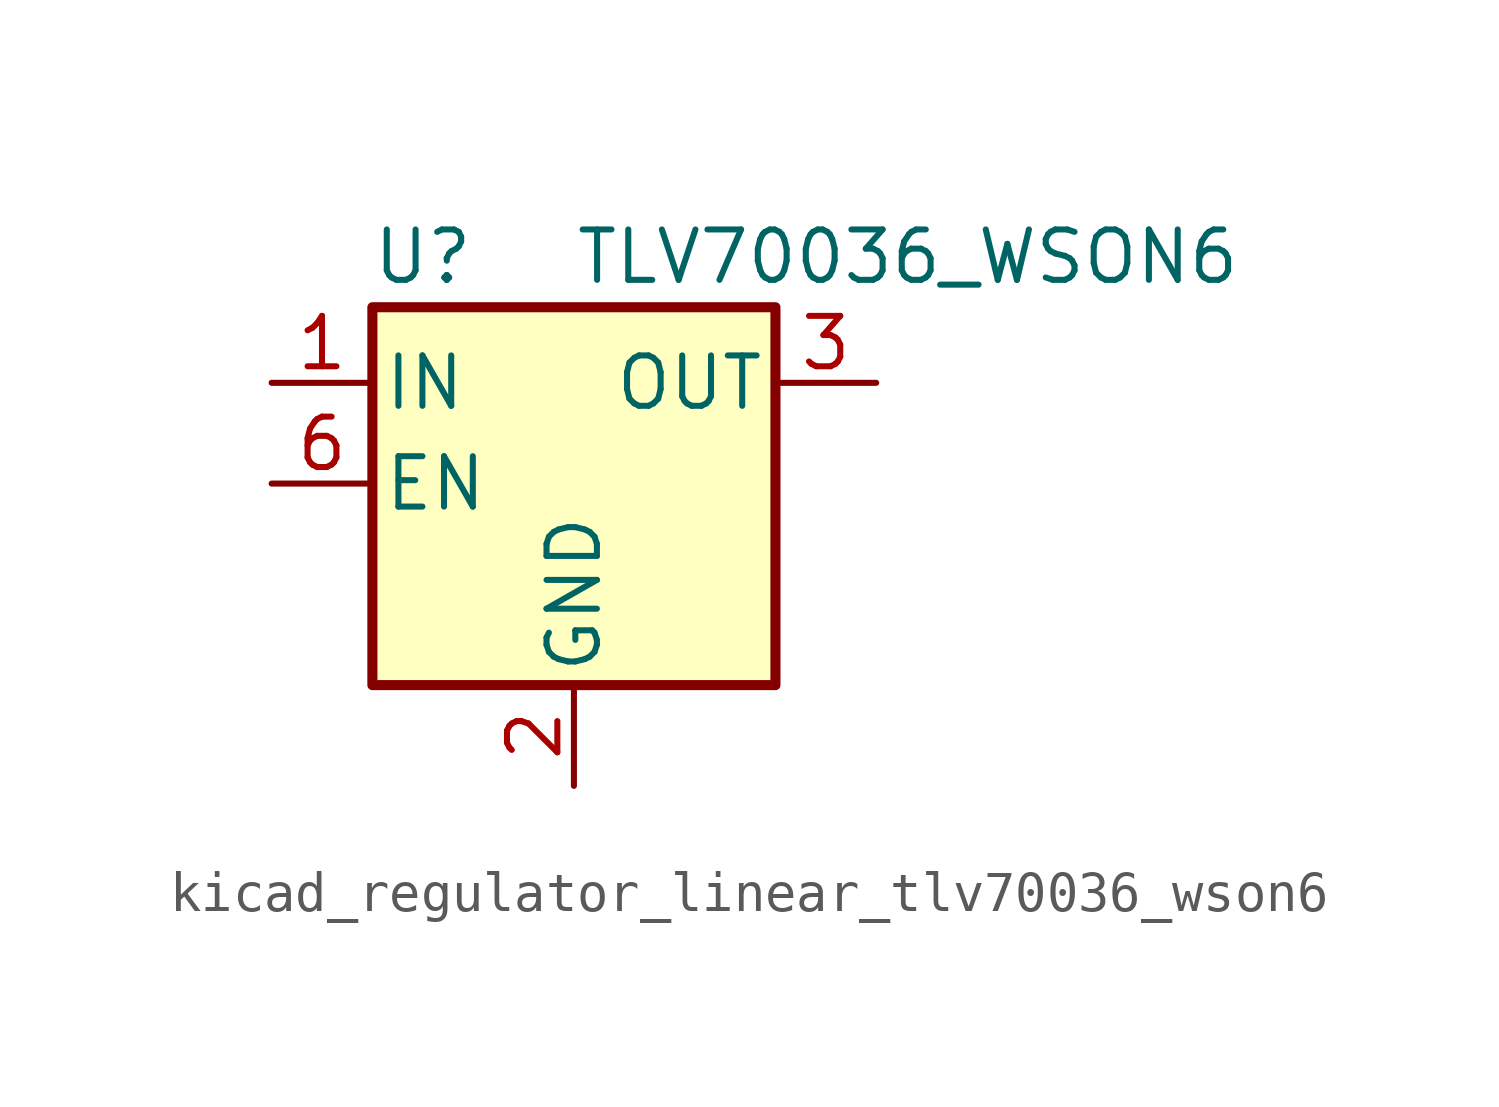
<source format=kicad_sym>
(kicad_symbol_lib
  (version 20220914)
  (generator kicad_symbol_editor)
  (symbol "kicad_regulator_linear_tlv70036_wson6"
    (pin_names
      (offset 0.254))
    (property "Reference" "U"
      (at -3.81 5.715 0)
      (effects (font (size 1.27 1.27))))
    (property "Value" "TLV70036_WSON6"
      (at 0 5.715 0)
      (effects (font (size 1.27 1.27)) (justify left)))
    (symbol "kicad_regulator_linear_tlv70036_wson6_0_1"
      (rectangle (start -5.08 4.445) (end 5.08 -5.08) (stroke (width 0.254) (type default)) (fill (type background))))
    (symbol "kicad_regulator_linear_tlv70036_wson6_1_1"
      (pin power_in line (at -7.62 2.54 0) (length 2.54) (name "IN" (effects (font (size 1.27 1.27)))) (number "1" (effects (font (size 1.27 1.27)))))
      (pin power_in line (at 0 -7.62 90) (length 2.54) (name "GND" (effects (font (size 1.27 1.27)))) (number "2" (effects (font (size 1.27 1.27)))))
      (pin power_out line (at 7.62 2.54 180) (length 2.54) (name "OUT" (effects (font (size 1.27 1.27)))) (number "3" (effects (font (size 1.27 1.27)))))
      (pin no_connect line (at 7.62 0 180) (length 2.54) hide (name "NC" (effects (font (size 1.27 1.27)))) (number "4" (effects (font (size 1.27 1.27)))))
      (pin no_connect line (at -2.54 -5.08 90) (length 2.54) hide (name "NC" (effects (font (size 1.27 1.27)))) (number "5" (effects (font (size 1.27 1.27)))))
      (pin input line (at -7.62 0 0) (length 2.54) (name "EN" (effects (font (size 1.27 1.27)))) (number "6" (effects (font (size 1.27 1.27))))))))
</source>
